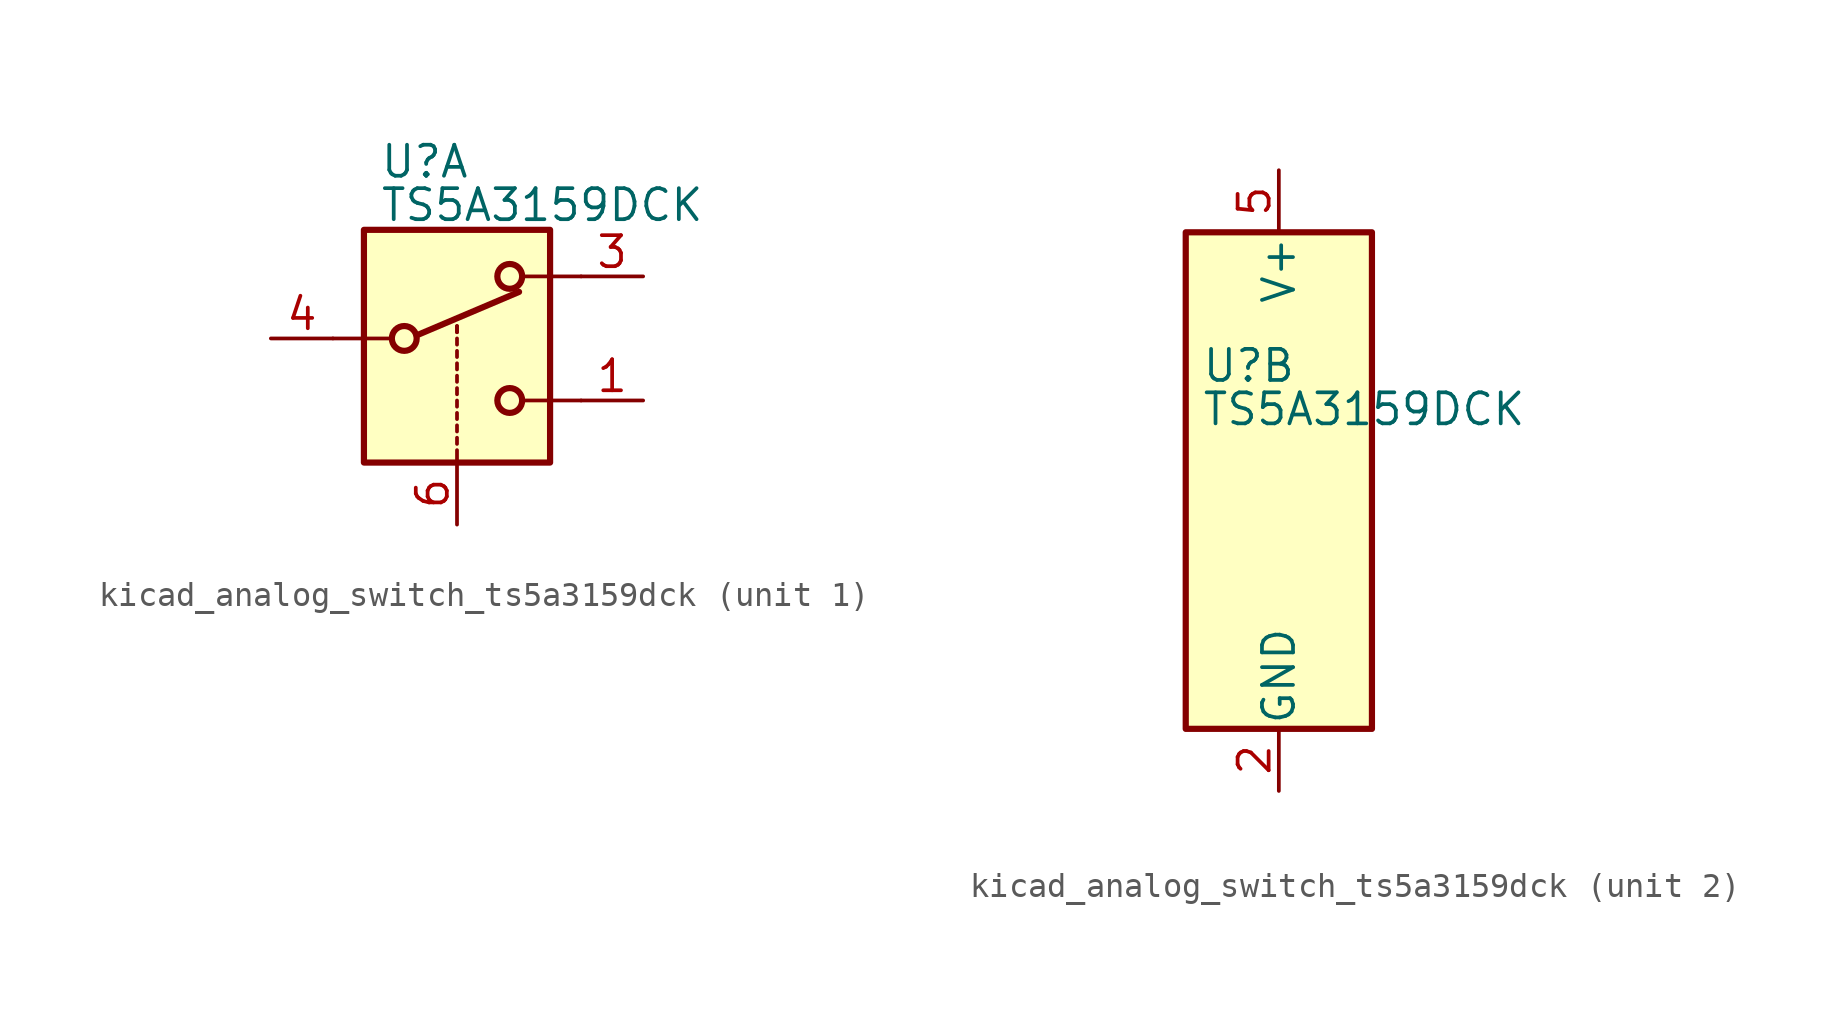
<source format=kicad_sym>
(kicad_symbol_lib
  (version 20220914)
  (generator kicad_symbol_editor)
  (symbol "kicad_analog_switch_ts5a3159dck"
    (pin_names
      (offset 0.127))
    (property "Reference" "U"
      (at -3.175 4.699 0)
      (effects (font (size 1.27 1.27)) (justify left)))
    (property "Value" "TS5A3159DCK"
      (at -3.175 2.921 0)
      (effects (font (size 1.27 1.27)) (justify left)))
    (symbol "kicad_analog_switch_ts5a3159dck_1_1"
      (rectangle (start -3.81 1.905) (end 3.81 -7.62) (stroke (width 0.254) (type default)) (fill (type background)))
      (circle (center -2.159 -2.54) (radius 0.508) (stroke (width 0.254) (type default)) (fill (type none)))
      (polyline (pts (xy -5.08 -2.54) (xy -2.794 -2.54)) (stroke (width 0) (type default)) (fill (type none)))
      (polyline (pts (xy -1.651 -2.413) (xy 2.54 -0.635)) (stroke (width 0.254) (type default)) (fill (type none)))
      (polyline (pts (xy 0 -7.62) (xy 0 -7.112)) (stroke (width 0) (type default)) (fill (type none)))
      (polyline (pts (xy 0 -6.858) (xy 0 -6.604)) (stroke (width 0) (type default)) (fill (type none)))
      (polyline (pts (xy 0 -6.35) (xy 0 -6.096)) (stroke (width 0) (type default)) (fill (type none)))
      (polyline (pts (xy 0 -5.842) (xy 0 -5.588)) (stroke (width 0) (type default)) (fill (type none)))
      (polyline (pts (xy 0 -5.334) (xy 0 -5.08)) (stroke (width 0) (type default)) (fill (type none)))
      (polyline (pts (xy 0 -4.826) (xy 0 -4.572)) (stroke (width 0) (type default)) (fill (type none)))
      (polyline (pts (xy 0 -4.318) (xy 0 -4.064)) (stroke (width 0) (type default)) (fill (type none)))
      (polyline (pts (xy 0 -3.81) (xy 0 -3.556)) (stroke (width 0) (type default)) (fill (type none)))
      (polyline (pts (xy 0 -3.302) (xy 0 -3.048)) (stroke (width 0) (type default)) (fill (type none)))
      (polyline (pts (xy 0 -2.794) (xy 0 -2.54)) (stroke (width 0) (type default)) (fill (type none)))
      (polyline (pts (xy 0 -2.286) (xy 0 -2.032)) (stroke (width 0) (type default)) (fill (type none)))
      (polyline (pts (xy 0 -2.286) (xy 0 -2.032)) (stroke (width 0) (type default)) (fill (type none)))
      (polyline (pts (xy 5.08 -5.08) (xy 2.794 -5.08)) (stroke (width 0) (type default)) (fill (type none)))
      (polyline (pts (xy 5.08 0) (xy 2.794 0)) (stroke (width 0) (type default)) (fill (type none)))
      (circle (center 2.159 -5.08) (radius 0.508) (stroke (width 0.254) (type default)) (fill (type none)))
      (circle (center 2.159 0) (radius 0.508) (stroke (width 0.254) (type default)) (fill (type none)))
      (pin passive line (at 7.62 -5.08 180) (length 2.54) (name "~" (effects (font (size 1.27 1.27)))) (number "1" (effects (font (size 1.27 1.27)))))
      (pin passive line (at 7.62 0 180) (length 2.54) (name "~" (effects (font (size 1.27 1.27)))) (number "3" (effects (font (size 1.27 1.27)))))
      (pin passive line (at -7.62 -2.54 0) (length 2.54) (name "~" (effects (font (size 1.27 1.27)))) (number "4" (effects (font (size 1.27 1.27)))))
      (pin input line (at 0 -10.16 90) (length 2.54) (name "~" (effects (font (size 1.27 1.27)))) (number "6" (effects (font (size 1.27 1.27))))))
    (symbol "kicad_analog_switch_ts5a3159dck_2_0"
      (pin power_in line (at 0 -12.7 90) (length 2.54) (name "GND" (effects (font (size 1.27 1.27)))) (number "2" (effects (font (size 1.27 1.27)))))
      (pin power_in line (at 0 12.7 270) (length 2.54) (name "V+" (effects (font (size 1.27 1.27)))) (number "5" (effects (font (size 1.27 1.27))))))
    (symbol "kicad_analog_switch_ts5a3159dck_2_1"
      (rectangle (start -3.81 10.16) (end 3.81 -10.16) (stroke (width 0.254) (type default)) (fill (type background))))))
</source>
